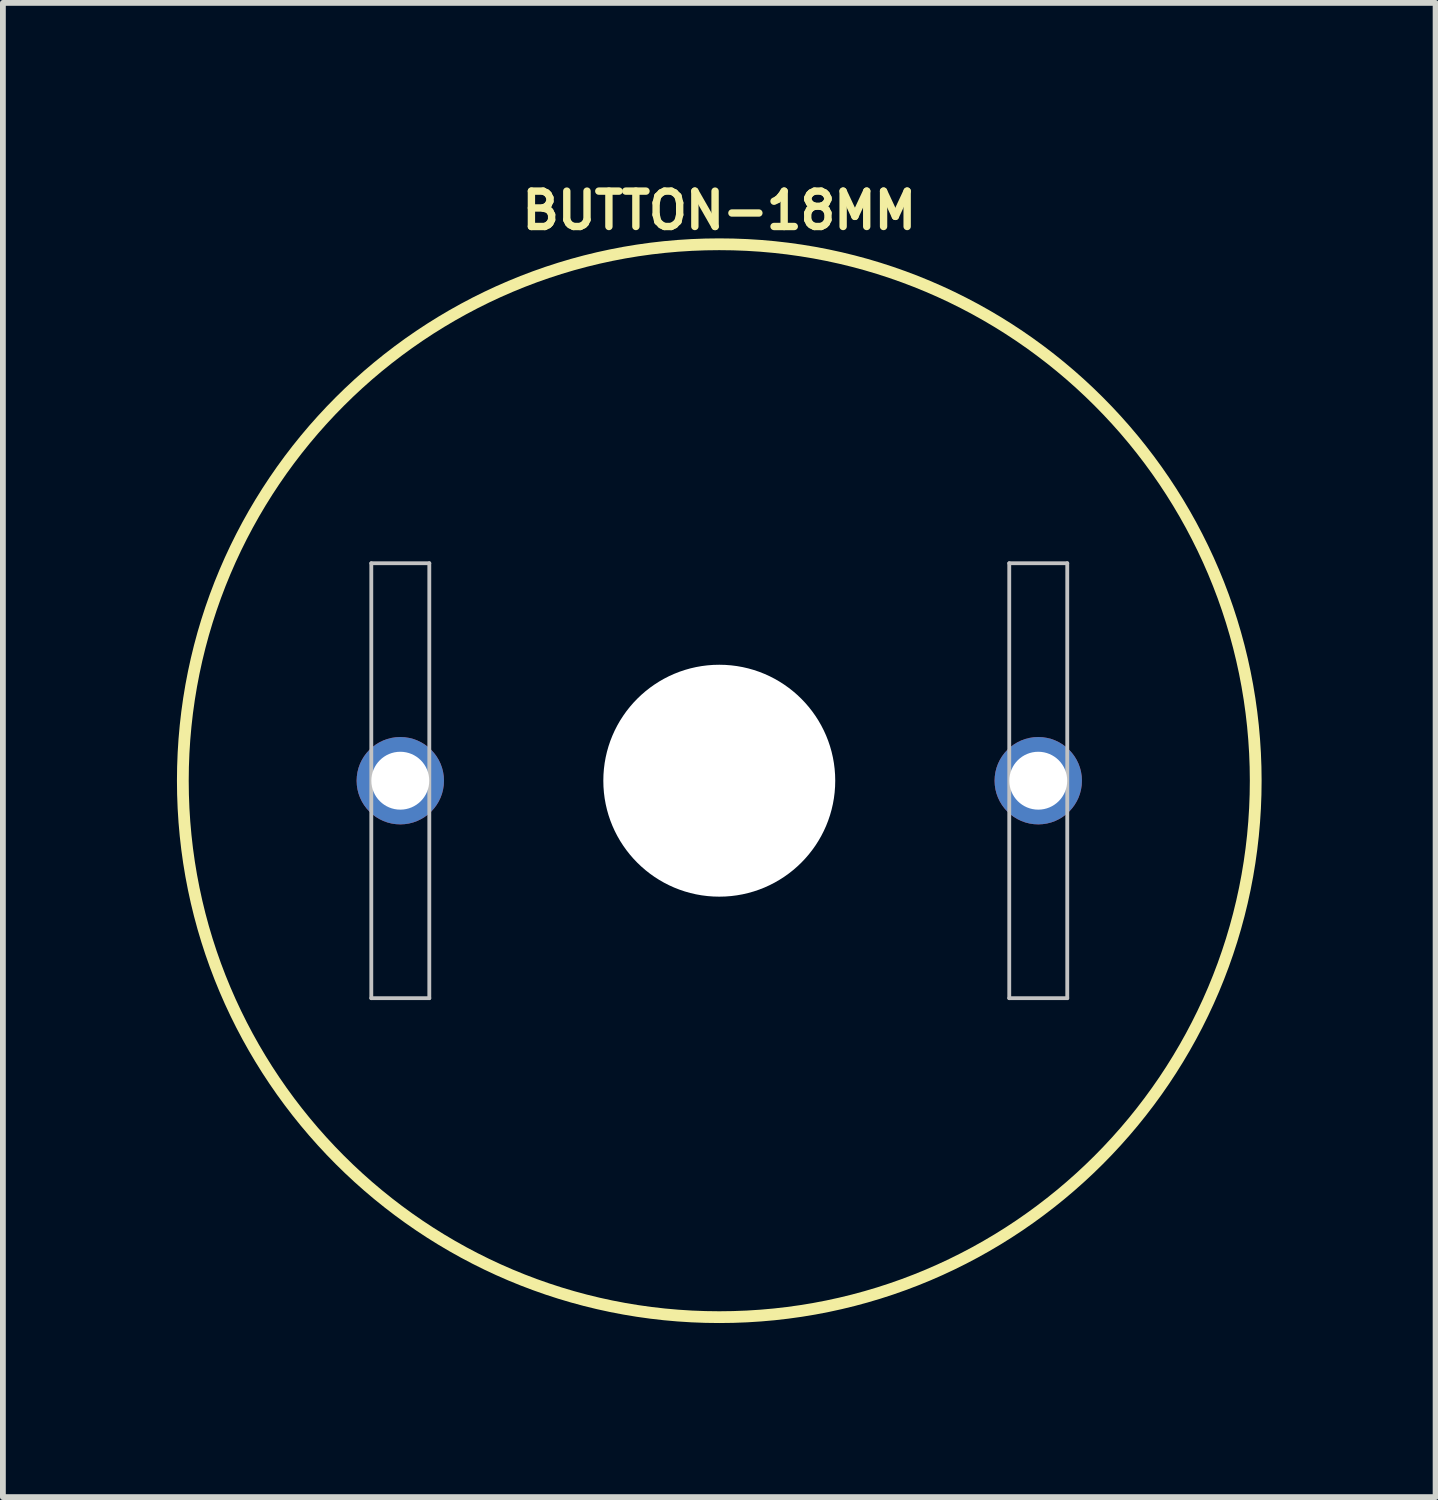
<source format=kicad_pcb>
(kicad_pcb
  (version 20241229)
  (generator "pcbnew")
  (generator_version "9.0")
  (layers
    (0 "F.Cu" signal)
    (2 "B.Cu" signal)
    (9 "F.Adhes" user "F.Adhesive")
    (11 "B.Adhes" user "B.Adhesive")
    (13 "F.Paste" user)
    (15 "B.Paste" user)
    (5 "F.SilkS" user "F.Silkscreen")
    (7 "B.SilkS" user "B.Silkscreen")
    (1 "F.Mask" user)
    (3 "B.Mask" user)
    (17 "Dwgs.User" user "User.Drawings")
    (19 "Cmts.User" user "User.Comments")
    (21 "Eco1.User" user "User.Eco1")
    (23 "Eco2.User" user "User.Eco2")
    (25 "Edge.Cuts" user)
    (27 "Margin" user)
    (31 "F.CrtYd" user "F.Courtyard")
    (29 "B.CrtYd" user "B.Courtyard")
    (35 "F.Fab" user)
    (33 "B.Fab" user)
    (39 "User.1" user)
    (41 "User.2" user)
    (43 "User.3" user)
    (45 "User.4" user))
  (footprint "BUTTON-18MM"
    (layer "F.Cu")
    (at 9.35 10.409)
    (property "Reference" "BUTTON-18MM" (at 0 -9.83 0) (layer "F.SilkS") (effects (font (size 0.61 0.61) (thickness 0.127))))
    (attr exclude_from_pos_files exclude_from_bom)
    (fp_circle (center 0 0) (end 0 -9.248) (stroke (width 0.203) (type solid)) (fill no) (layer "F.SilkS"))
    (fp_line (start -6.998 -4.999) (end -3.998 -4.999) (stroke (width 0.066) (type solid)) (layer "B.Adhes"))
    (fp_line (start -6.998 4.999) (end -6.998 -4.999) (stroke (width 0.066) (type solid)) (layer "B.Adhes"))
    (fp_line (start -6.998 4.999) (end -3.998 4.999) (stroke (width 0.066) (type solid)) (layer "B.Adhes"))
    (fp_line (start -3.998 4.999) (end -3.998 -4.999) (stroke (width 0.066) (type solid)) (layer "B.Adhes"))
    (fp_line (start 3.998 -4.999) (end 6.998 -4.999) (stroke (width 0.066) (type solid)) (layer "B.Adhes"))
    (fp_line (start 3.998 4.999) (end 3.998 -4.999) (stroke (width 0.066) (type solid)) (layer "B.Adhes"))
    (fp_line (start 3.998 4.999) (end 6.998 4.999) (stroke (width 0.066) (type solid)) (layer "B.Adhes"))
    (fp_line (start 6.998 4.999) (end 6.998 -4.999) (stroke (width 0.066) (type solid)) (layer "B.Adhes"))
    (fp_line (start -5.999 -3.749) (end -4.999 -3.749) (stroke (width 0.066) (type solid)) (layer "Dwgs.User"))
    (fp_line (start -5.999 3.749) (end -5.999 -3.749) (stroke (width 0.066) (type solid)) (layer "Dwgs.User"))
    (fp_line (start -5.999 3.749) (end -4.999 3.749) (stroke (width 0.066) (type solid)) (layer "Dwgs.User"))
    (fp_line (start -4.999 3.749) (end -4.999 -3.749) (stroke (width 0.066) (type solid)) (layer "Dwgs.User"))
    (fp_line (start 4.999 -3.749) (end 5.999 -3.749) (stroke (width 0.066) (type solid)) (layer "Dwgs.User"))
    (fp_line (start 4.999 3.749) (end 4.999 -3.749) (stroke (width 0.066) (type solid)) (layer "Dwgs.User"))
    (fp_line (start 4.999 3.749) (end 5.999 3.749) (stroke (width 0.066) (type solid)) (layer "Dwgs.User"))
    (fp_line (start 5.999 3.749) (end 5.999 -3.749) (stroke (width 0.066) (type solid)) (layer "Dwgs.User"))
    (pad "" np_thru_hole circle (at 0 0) (size 3.998 3.998) (drill 3.998) (layers "*.Cu" "*.Mask"))
    (pad "1" thru_hole circle (at -5.499 0) (size 1.506 1.506) (drill 0.998) (layers "*.Cu" "*.Paste" "*.Mask"))
    (pad "2" thru_hole circle (at 5.499 0) (size 1.506 1.506) (drill 0.998) (layers "*.Cu" "*.Paste" "*.Mask")))
  (gr_rect
    (start -3 -3)
    (end 21.699 22.759)
    (stroke (width 0.1) (type default))
    (fill no)
    (layer "Edge.Cuts")))
</source>
